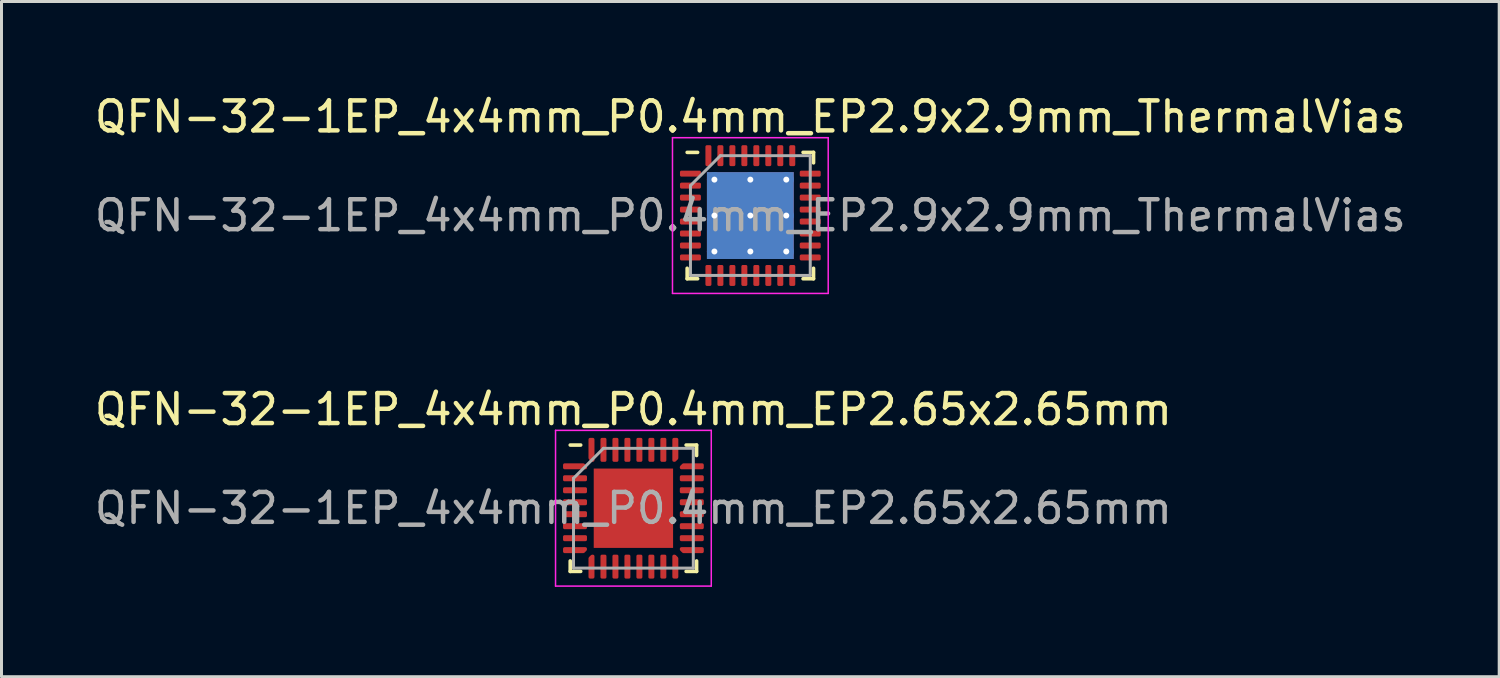
<source format=kicad_pcb>
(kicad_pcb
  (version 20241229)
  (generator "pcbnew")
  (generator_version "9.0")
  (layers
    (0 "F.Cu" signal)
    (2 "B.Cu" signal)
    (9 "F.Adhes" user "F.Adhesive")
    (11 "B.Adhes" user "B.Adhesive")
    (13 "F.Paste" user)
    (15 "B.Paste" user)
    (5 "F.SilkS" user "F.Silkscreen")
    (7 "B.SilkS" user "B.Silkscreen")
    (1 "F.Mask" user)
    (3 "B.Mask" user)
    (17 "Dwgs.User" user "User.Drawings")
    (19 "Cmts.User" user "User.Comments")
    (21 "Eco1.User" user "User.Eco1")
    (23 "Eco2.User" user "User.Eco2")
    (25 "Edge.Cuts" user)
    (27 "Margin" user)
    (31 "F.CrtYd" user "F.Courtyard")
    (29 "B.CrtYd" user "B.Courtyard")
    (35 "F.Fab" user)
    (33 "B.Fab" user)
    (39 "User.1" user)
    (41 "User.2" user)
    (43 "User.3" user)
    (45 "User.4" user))
  (footprint "QFN-32-1EP_4x4mm_P0.4mm_EP2.65x2.65mm"
    (layer "F.Cu")
    (at 18.101 13.921)
    (property "Reference" "QFN-32-1EP_4x4mm_P0.4mm_EP2.65x2.65mm" (at 0 -3.3 0) (layer "F.SilkS") (effects (font (size 1 1) (thickness 0.15))))
    (attr smd)
    (fp_line (start -2.11 2.11) (end -2.11 1.76) (stroke (width 0.12) (type solid)) (layer "F.SilkS"))
    (fp_line (start -1.76 -2.11) (end -2.11 -2.11) (stroke (width 0.12) (type solid)) (layer "F.SilkS"))
    (fp_line (start -1.76 2.11) (end -2.11 2.11) (stroke (width 0.12) (type solid)) (layer "F.SilkS"))
    (fp_line (start 1.76 -2.11) (end 2.11 -2.11) (stroke (width 0.12) (type solid)) (layer "F.SilkS"))
    (fp_line (start 1.76 2.11) (end 2.11 2.11) (stroke (width 0.12) (type solid)) (layer "F.SilkS"))
    (fp_line (start 2.11 -2.11) (end 2.11 -1.76) (stroke (width 0.12) (type solid)) (layer "F.SilkS"))
    (fp_line (start 2.11 2.11) (end 2.11 1.76) (stroke (width 0.12) (type solid)) (layer "F.SilkS"))
    (fp_line (start -2.6 -2.6) (end -2.6 2.6) (stroke (width 0.05) (type solid)) (layer "F.CrtYd"))
    (fp_line (start -2.6 2.6) (end 2.6 2.6) (stroke (width 0.05) (type solid)) (layer "F.CrtYd"))
    (fp_line (start 2.6 -2.6) (end -2.6 -2.6) (stroke (width 0.05) (type solid)) (layer "F.CrtYd"))
    (fp_line (start 2.6 2.6) (end 2.6 -2.6) (stroke (width 0.05) (type solid)) (layer "F.CrtYd"))
    (fp_line (start -2 -1) (end -1 -2) (stroke (width 0.1) (type solid)) (layer "F.Fab"))
    (fp_line (start -2 2) (end -2 -1) (stroke (width 0.1) (type solid)) (layer "F.Fab"))
    (fp_line (start -1 -2) (end 2 -2) (stroke (width 0.1) (type solid)) (layer "F.Fab"))
    (fp_line (start 2 -2) (end 2 2) (stroke (width 0.1) (type solid)) (layer "F.Fab"))
    (fp_line (start 2 2) (end -2 2) (stroke (width 0.1) (type solid)) (layer "F.Fab"))
    (fp_text user "${REFERENCE}" (at 0 0 0) (layer "F.Fab") (effects (font (size 1 1) (thickness 0.15))))
    (pad "" smd roundrect (at -0.66 -0.66) (size 1.07 1.07) (layers "F.Paste") (roundrect_rratio 0.234))
    (pad "" smd roundrect (at -0.66 0.66) (size 1.07 1.07) (layers "F.Paste") (roundrect_rratio 0.234))
    (pad "" smd roundrect (at 0.66 -0.66) (size 1.07 1.07) (layers "F.Paste") (roundrect_rratio 0.234))
    (pad "" smd roundrect (at 0.66 0.66) (size 1.07 1.07) (layers "F.Paste") (roundrect_rratio 0.234))
    (pad "1" smd custom (at -1.95 -1.4) (size 0.129 0.129) (layers "F.Cu" "F.Mask" "F.Paste") (options (anchor circle)) (primitives (gr_poly (pts (xy -0.35 -0.05) (xy 0.279 -0.05) (xy 0.35 0.021) (xy 0.35 0.05) (xy -0.35 0.05)) (width 0.1) (fill yes))))
    (pad "2" smd roundrect (at -1.95 -1) (size 0.8 0.2) (layers "F.Cu" "F.Mask" "F.Paste") (roundrect_rratio 0.25))
    (pad "3" smd roundrect (at -1.95 -0.6) (size 0.8 0.2) (layers "F.Cu" "F.Mask" "F.Paste") (roundrect_rratio 0.25))
    (pad "4" smd roundrect (at -1.95 -0.2) (size 0.8 0.2) (layers "F.Cu" "F.Mask" "F.Paste") (roundrect_rratio 0.25))
    (pad "5" smd roundrect (at -1.95 0.2) (size 0.8 0.2) (layers "F.Cu" "F.Mask" "F.Paste") (roundrect_rratio 0.25))
    (pad "6" smd roundrect (at -1.95 0.6) (size 0.8 0.2) (layers "F.Cu" "F.Mask" "F.Paste") (roundrect_rratio 0.25))
    (pad "7" smd roundrect (at -1.95 1) (size 0.8 0.2) (layers "F.Cu" "F.Mask" "F.Paste") (roundrect_rratio 0.25))
    (pad "8" smd custom (at -1.95 1.4) (size 0.129 0.129) (layers "F.Cu" "F.Mask" "F.Paste") (options (anchor circle)) (primitives (gr_poly (pts (xy -0.35 -0.05) (xy 0.35 -0.05) (xy 0.35 -0.021) (xy 0.279 0.05) (xy -0.35 0.05)) (width 0.1) (fill yes))))
    (pad "9" smd custom (at -1.4 1.95) (size 0.129 0.129) (layers "F.Cu" "F.Mask" "F.Paste") (options (anchor circle)) (primitives (gr_poly (pts (xy -0.05 -0.279) (xy 0.021 -0.35) (xy 0.05 -0.35) (xy 0.05 0.35) (xy -0.05 0.35)) (width 0.1) (fill yes))))
    (pad "10" smd roundrect (at -1 1.95) (size 0.2 0.8) (layers "F.Cu" "F.Mask" "F.Paste") (roundrect_rratio 0.25))
    (pad "11" smd roundrect (at -0.6 1.95) (size 0.2 0.8) (layers "F.Cu" "F.Mask" "F.Paste") (roundrect_rratio 0.25))
    (pad "12" smd roundrect (at -0.2 1.95) (size 0.2 0.8) (layers "F.Cu" "F.Mask" "F.Paste") (roundrect_rratio 0.25))
    (pad "13" smd roundrect (at 0.2 1.95) (size 0.2 0.8) (layers "F.Cu" "F.Mask" "F.Paste") (roundrect_rratio 0.25))
    (pad "14" smd roundrect (at 0.6 1.95) (size 0.2 0.8) (layers "F.Cu" "F.Mask" "F.Paste") (roundrect_rratio 0.25))
    (pad "15" smd roundrect (at 1 1.95) (size 0.2 0.8) (layers "F.Cu" "F.Mask" "F.Paste") (roundrect_rratio 0.25))
    (pad "16" smd custom (at 1.4 1.95) (size 0.129 0.129) (layers "F.Cu" "F.Mask" "F.Paste") (options (anchor circle)) (primitives (gr_poly (pts (xy -0.05 -0.35) (xy -0.021 -0.35) (xy 0.05 -0.279) (xy 0.05 0.35) (xy -0.05 0.35)) (width 0.1) (fill yes))))
    (pad "17" smd custom (at 1.95 1.4) (size 0.129 0.129) (layers "F.Cu" "F.Mask" "F.Paste") (options (anchor circle)) (primitives (gr_poly (pts (xy -0.35 -0.05) (xy 0.35 -0.05) (xy 0.35 0.05) (xy -0.279 0.05) (xy -0.35 -0.021)) (width 0.1) (fill yes))))
    (pad "18" smd roundrect (at 1.95 1) (size 0.8 0.2) (layers "F.Cu" "F.Mask" "F.Paste") (roundrect_rratio 0.25))
    (pad "19" smd roundrect (at 1.95 0.6) (size 0.8 0.2) (layers "F.Cu" "F.Mask" "F.Paste") (roundrect_rratio 0.25))
    (pad "20" smd roundrect (at 1.95 0.2) (size 0.8 0.2) (layers "F.Cu" "F.Mask" "F.Paste") (roundrect_rratio 0.25))
    (pad "21" smd roundrect (at 1.95 -0.2) (size 0.8 0.2) (layers "F.Cu" "F.Mask" "F.Paste") (roundrect_rratio 0.25))
    (pad "22" smd roundrect (at 1.95 -0.6) (size 0.8 0.2) (layers "F.Cu" "F.Mask" "F.Paste") (roundrect_rratio 0.25))
    (pad "23" smd roundrect (at 1.95 -1) (size 0.8 0.2) (layers "F.Cu" "F.Mask" "F.Paste") (roundrect_rratio 0.25))
    (pad "24" smd custom (at 1.95 -1.4) (size 0.129 0.129) (layers "F.Cu" "F.Mask" "F.Paste") (options (anchor circle)) (primitives (gr_poly (pts (xy -0.35 0.021) (xy -0.279 -0.05) (xy 0.35 -0.05) (xy 0.35 0.05) (xy -0.35 0.05)) (width 0.1) (fill yes))))
    (pad "25" smd custom (at 1.4 -1.95) (size 0.129 0.129) (layers "F.Cu" "F.Mask" "F.Paste") (options (anchor circle)) (primitives (gr_poly (pts (xy -0.05 -0.35) (xy 0.05 -0.35) (xy 0.05 0.279) (xy -0.021 0.35) (xy -0.05 0.35)) (width 0.1) (fill yes))))
    (pad "26" smd roundrect (at 1 -1.95) (size 0.2 0.8) (layers "F.Cu" "F.Mask" "F.Paste") (roundrect_rratio 0.25))
    (pad "27" smd roundrect (at 0.6 -1.95) (size 0.2 0.8) (layers "F.Cu" "F.Mask" "F.Paste") (roundrect_rratio 0.25))
    (pad "28" smd roundrect (at 0.2 -1.95) (size 0.2 0.8) (layers "F.Cu" "F.Mask" "F.Paste") (roundrect_rratio 0.25))
    (pad "29" smd roundrect (at -0.2 -1.95) (size 0.2 0.8) (layers "F.Cu" "F.Mask" "F.Paste") (roundrect_rratio 0.25))
    (pad "30" smd roundrect (at -0.6 -1.95) (size 0.2 0.8) (layers "F.Cu" "F.Mask" "F.Paste") (roundrect_rratio 0.25))
    (pad "31" smd roundrect (at -1 -1.95) (size 0.2 0.8) (layers "F.Cu" "F.Mask" "F.Paste") (roundrect_rratio 0.25))
    (pad "32" smd custom (at -1.4 -1.95) (size 0.129 0.129) (layers "F.Cu" "F.Mask" "F.Paste") (options (anchor circle)) (primitives (gr_poly (pts (xy -0.05 -0.35) (xy 0.05 -0.35) (xy 0.05 0.35) (xy 0.021 0.35) (xy -0.05 0.279)) (width 0.1) (fill yes))))
    (pad "33" smd rect (at 0 0) (size 2.65 2.65) (layers "F.Cu" "F.Mask")))
  (footprint "QFN-32-1EP_4x4mm_P0.4mm_EP2.9x2.9mm_ThermalVias"
    (layer "F.Cu")
    (at 22.006 4.148)
    (property "Reference" "QFN-32-1EP_4x4mm_P0.4mm_EP2.9x2.9mm_ThermalVias" (at 0 -3.3 0) (layer "F.SilkS") (effects (font (size 1 1) (thickness 0.15))))
    (attr smd)
    (fp_line (start -2.11 2.11) (end -2.11 1.76) (stroke (width 0.12) (type solid)) (layer "F.SilkS"))
    (fp_line (start -1.76 -2.11) (end -2.11 -2.11) (stroke (width 0.12) (type solid)) (layer "F.SilkS"))
    (fp_line (start -1.76 2.11) (end -2.11 2.11) (stroke (width 0.12) (type solid)) (layer "F.SilkS"))
    (fp_line (start 1.76 -2.11) (end 2.11 -2.11) (stroke (width 0.12) (type solid)) (layer "F.SilkS"))
    (fp_line (start 1.76 2.11) (end 2.11 2.11) (stroke (width 0.12) (type solid)) (layer "F.SilkS"))
    (fp_line (start 2.11 -2.11) (end 2.11 -1.76) (stroke (width 0.12) (type solid)) (layer "F.SilkS"))
    (fp_line (start 2.11 2.11) (end 2.11 1.76) (stroke (width 0.12) (type solid)) (layer "F.SilkS"))
    (fp_line (start -2.6 -2.6) (end -2.6 2.6) (stroke (width 0.05) (type solid)) (layer "F.CrtYd"))
    (fp_line (start -2.6 2.6) (end 2.6 2.6) (stroke (width 0.05) (type solid)) (layer "F.CrtYd"))
    (fp_line (start 2.6 -2.6) (end -2.6 -2.6) (stroke (width 0.05) (type solid)) (layer "F.CrtYd"))
    (fp_line (start 2.6 2.6) (end 2.6 -2.6) (stroke (width 0.05) (type solid)) (layer "F.CrtYd"))
    (fp_line (start -2 -1) (end -1 -2) (stroke (width 0.1) (type solid)) (layer "F.Fab"))
    (fp_line (start -2 2) (end -2 -1) (stroke (width 0.1) (type solid)) (layer "F.Fab"))
    (fp_line (start -1 -2) (end 2 -2) (stroke (width 0.1) (type solid)) (layer "F.Fab"))
    (fp_line (start 2 -2) (end 2 2) (stroke (width 0.1) (type solid)) (layer "F.Fab"))
    (fp_line (start 2 2) (end -2 2) (stroke (width 0.1) (type solid)) (layer "F.Fab"))
    (fp_text user "${REFERENCE}" (at 0 0 0) (layer "F.Fab") (effects (font (size 1 1) (thickness 0.15))))
    (pad "" smd roundrect (at -0.725 -0.725) (size 1.26 1.26) (layers "F.Paste") (roundrect_rratio 0.198))
    (pad "" smd roundrect (at -0.725 0.725) (size 1.26 1.26) (layers "F.Paste") (roundrect_rratio 0.198))
    (pad "" smd roundrect (at 0.725 -0.725) (size 1.26 1.26) (layers "F.Paste") (roundrect_rratio 0.198))
    (pad "" smd roundrect (at 0.725 0.725) (size 1.26 1.26) (layers "F.Paste") (roundrect_rratio 0.198))
    (pad "1" smd roundrect (at -2 -1.4) (size 0.7 0.2) (layers "F.Cu" "F.Mask" "F.Paste") (roundrect_rratio 0.25))
    (pad "2" smd roundrect (at -2 -1) (size 0.7 0.2) (layers "F.Cu" "F.Mask" "F.Paste") (roundrect_rratio 0.25))
    (pad "3" smd roundrect (at -2 -0.6) (size 0.7 0.2) (layers "F.Cu" "F.Mask" "F.Paste") (roundrect_rratio 0.25))
    (pad "4" smd roundrect (at -2 -0.2) (size 0.7 0.2) (layers "F.Cu" "F.Mask" "F.Paste") (roundrect_rratio 0.25))
    (pad "5" smd roundrect (at -2 0.2) (size 0.7 0.2) (layers "F.Cu" "F.Mask" "F.Paste") (roundrect_rratio 0.25))
    (pad "6" smd roundrect (at -2 0.6) (size 0.7 0.2) (layers "F.Cu" "F.Mask" "F.Paste") (roundrect_rratio 0.25))
    (pad "7" smd roundrect (at -2 1) (size 0.7 0.2) (layers "F.Cu" "F.Mask" "F.Paste") (roundrect_rratio 0.25))
    (pad "8" smd roundrect (at -2 1.4) (size 0.7 0.2) (layers "F.Cu" "F.Mask" "F.Paste") (roundrect_rratio 0.25))
    (pad "9" smd roundrect (at -1.4 2) (size 0.2 0.7) (layers "F.Cu" "F.Mask" "F.Paste") (roundrect_rratio 0.25))
    (pad "10" smd roundrect (at -1 2) (size 0.2 0.7) (layers "F.Cu" "F.Mask" "F.Paste") (roundrect_rratio 0.25))
    (pad "11" smd roundrect (at -0.6 2) (size 0.2 0.7) (layers "F.Cu" "F.Mask" "F.Paste") (roundrect_rratio 0.25))
    (pad "12" smd roundrect (at -0.2 2) (size 0.2 0.7) (layers "F.Cu" "F.Mask" "F.Paste") (roundrect_rratio 0.25))
    (pad "13" smd roundrect (at 0.2 2) (size 0.2 0.7) (layers "F.Cu" "F.Mask" "F.Paste") (roundrect_rratio 0.25))
    (pad "14" smd roundrect (at 0.6 2) (size 0.2 0.7) (layers "F.Cu" "F.Mask" "F.Paste") (roundrect_rratio 0.25))
    (pad "15" smd roundrect (at 1 2) (size 0.2 0.7) (layers "F.Cu" "F.Mask" "F.Paste") (roundrect_rratio 0.25))
    (pad "16" smd roundrect (at 1.4 2) (size 0.2 0.7) (layers "F.Cu" "F.Mask" "F.Paste") (roundrect_rratio 0.25))
    (pad "17" smd roundrect (at 2 1.4) (size 0.7 0.2) (layers "F.Cu" "F.Mask" "F.Paste") (roundrect_rratio 0.25))
    (pad "18" smd roundrect (at 2 1) (size 0.7 0.2) (layers "F.Cu" "F.Mask" "F.Paste") (roundrect_rratio 0.25))
    (pad "19" smd roundrect (at 2 0.6) (size 0.7 0.2) (layers "F.Cu" "F.Mask" "F.Paste") (roundrect_rratio 0.25))
    (pad "20" smd roundrect (at 2 0.2) (size 0.7 0.2) (layers "F.Cu" "F.Mask" "F.Paste") (roundrect_rratio 0.25))
    (pad "21" smd roundrect (at 2 -0.2) (size 0.7 0.2) (layers "F.Cu" "F.Mask" "F.Paste") (roundrect_rratio 0.25))
    (pad "22" smd roundrect (at 2 -0.6) (size 0.7 0.2) (layers "F.Cu" "F.Mask" "F.Paste") (roundrect_rratio 0.25))
    (pad "23" smd roundrect (at 2 -1) (size 0.7 0.2) (layers "F.Cu" "F.Mask" "F.Paste") (roundrect_rratio 0.25))
    (pad "24" smd roundrect (at 2 -1.4) (size 0.7 0.2) (layers "F.Cu" "F.Mask" "F.Paste") (roundrect_rratio 0.25))
    (pad "25" smd roundrect (at 1.4 -2) (size 0.2 0.7) (layers "F.Cu" "F.Mask" "F.Paste") (roundrect_rratio 0.25))
    (pad "26" smd roundrect (at 1 -2) (size 0.2 0.7) (layers "F.Cu" "F.Mask" "F.Paste") (roundrect_rratio 0.25))
    (pad "27" smd roundrect (at 0.6 -2) (size 0.2 0.7) (layers "F.Cu" "F.Mask" "F.Paste") (roundrect_rratio 0.25))
    (pad "28" smd roundrect (at 0.2 -2) (size 0.2 0.7) (layers "F.Cu" "F.Mask" "F.Paste") (roundrect_rratio 0.25))
    (pad "29" smd roundrect (at -0.2 -2) (size 0.2 0.7) (layers "F.Cu" "F.Mask" "F.Paste") (roundrect_rratio 0.25))
    (pad "30" smd roundrect (at -0.6 -2) (size 0.2 0.7) (layers "F.Cu" "F.Mask" "F.Paste") (roundrect_rratio 0.25))
    (pad "31" smd roundrect (at -1 -2) (size 0.2 0.7) (layers "F.Cu" "F.Mask" "F.Paste") (roundrect_rratio 0.25))
    (pad "32" smd roundrect (at -1.4 -2) (size 0.2 0.7) (layers "F.Cu" "F.Mask" "F.Paste") (roundrect_rratio 0.25))
    (pad "33" thru_hole circle (at -1.2 -1.2) (size 0.5 0.5) (drill 0.2) (layers "*.Cu"))
    (pad "33" thru_hole circle (at -1.2 0) (size 0.5 0.5) (drill 0.2) (layers "*.Cu"))
    (pad "33" thru_hole circle (at -1.2 1.2) (size 0.5 0.5) (drill 0.2) (layers "*.Cu"))
    (pad "33" thru_hole circle (at 0 -1.2) (size 0.5 0.5) (drill 0.2) (layers "*.Cu"))
    (pad "33" thru_hole circle (at 0 0) (size 0.5 0.5) (drill 0.2) (layers "*.Cu"))
    (pad "33" smd rect (at 0 0) (size 2.9 2.9) (layers "F.Cu" "F.Mask"))
    (pad "33" smd rect (at 0 0) (size 2.9 2.9) (layers "B.Cu"))
    (pad "33" thru_hole circle (at 0 1.2) (size 0.5 0.5) (drill 0.2) (layers "*.Cu"))
    (pad "33" thru_hole circle (at 1.2 -1.2) (size 0.5 0.5) (drill 0.2) (layers "*.Cu"))
    (pad "33" thru_hole circle (at 1.2 0) (size 0.5 0.5) (drill 0.2) (layers "*.Cu"))
    (pad "33" thru_hole circle (at 1.2 1.2) (size 0.5 0.5) (drill 0.2) (layers "*.Cu")))
  (gr_rect
    (start -3 -3)
    (end 47.012 19.547)
    (stroke (width 0.1) (type default))
    (fill no)
    (layer "Edge.Cuts")))
</source>
